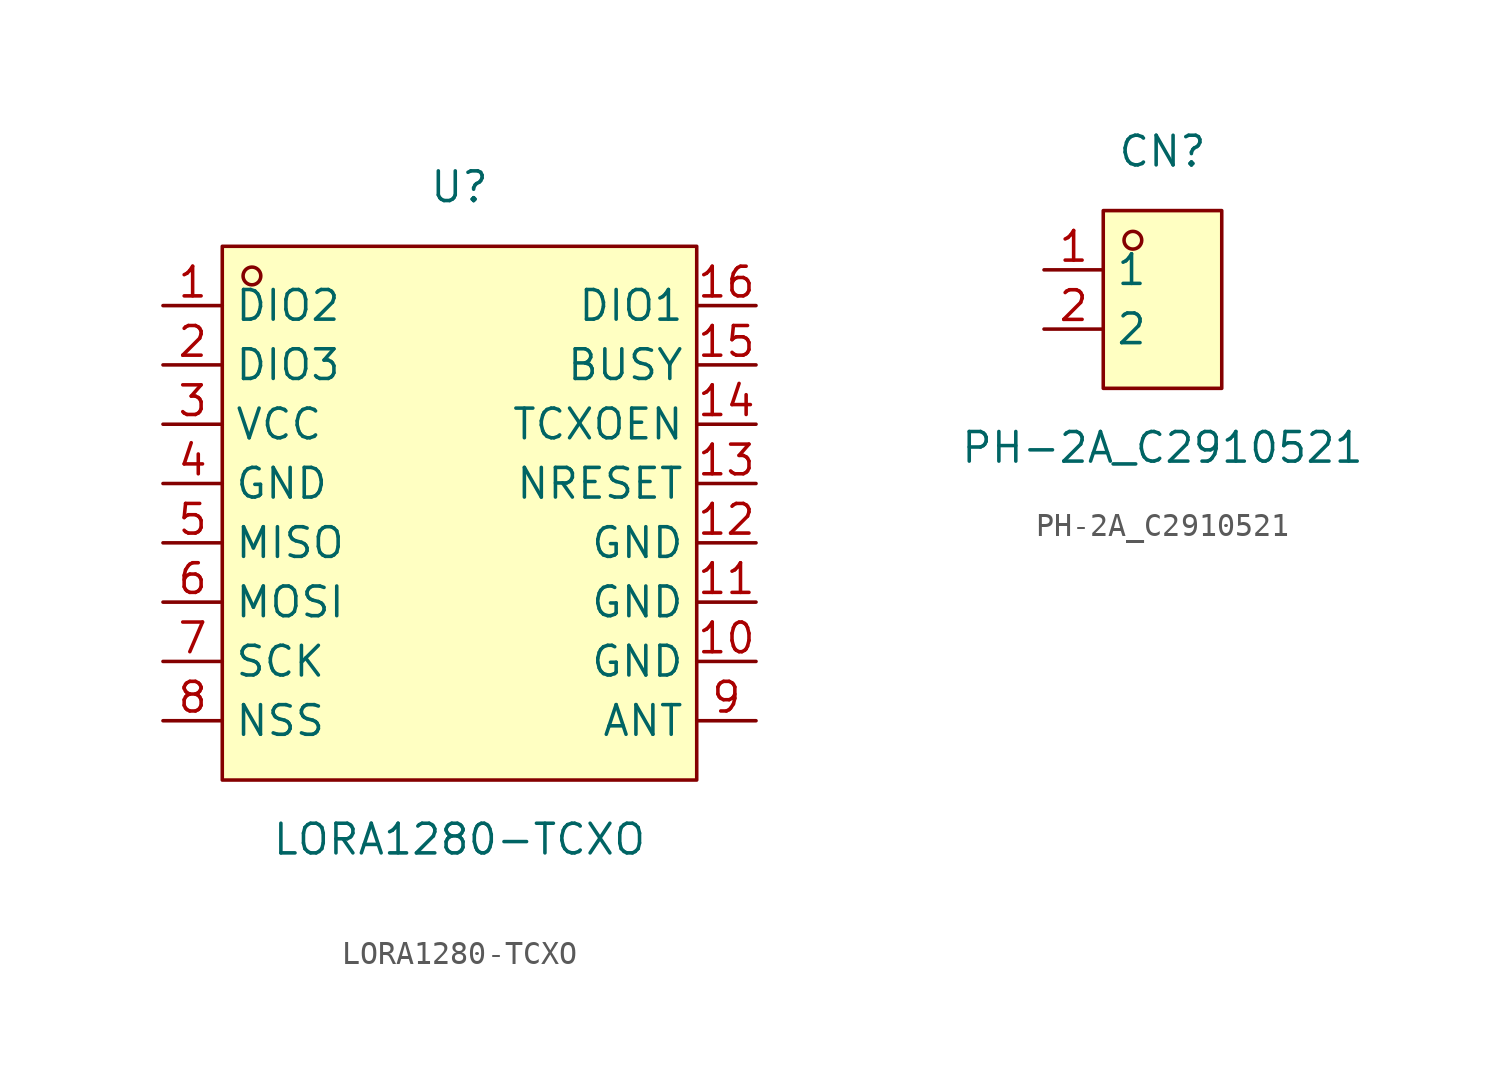
<source format=kicad_sym>
(kicad_symbol_lib
  (version 20211014)
  (generator https://github.com/uPesy/easyeda2kicad.py)
  (symbol "LORA1280-TCXO"
    (property "Reference" "U"
      (at 0 13.97 0)
      (effects (font (size 1.27 1.27))))
    (property "Value" "LORA1280-TCXO"
      (at 0 -13.97 0)
      (effects (font (size 1.27 1.27))))
    (symbol "LORA1280-TCXO_0_1"
      (rectangle (start -10.16 11.43) (end 10.16 -11.43) (stroke (width 0) (type default) (color 0 0 0 0)) (fill (type background)))
      (circle (center -8.89 10.16) (radius 0.38) (stroke (width 0) (type default) (color 0 0 0 0)) (fill (type none)))
      (pin unspecified line (at -12.70 8.89 0) (length 2.54) (name "DIO2" (effects (font (size 1.27 1.27)))) (number "1" (effects (font (size 1.27 1.27)))))
      (pin unspecified line (at -12.70 6.35 0) (length 2.54) (name "DIO3" (effects (font (size 1.27 1.27)))) (number "2" (effects (font (size 1.27 1.27)))))
      (pin unspecified line (at -12.70 3.81 0) (length 2.54) (name "VCC" (effects (font (size 1.27 1.27)))) (number "3" (effects (font (size 1.27 1.27)))))
      (pin unspecified line (at -12.70 1.27 0) (length 2.54) (name "GND" (effects (font (size 1.27 1.27)))) (number "4" (effects (font (size 1.27 1.27)))))
      (pin unspecified line (at -12.70 -1.27 0) (length 2.54) (name "MISO" (effects (font (size 1.27 1.27)))) (number "5" (effects (font (size 1.27 1.27)))))
      (pin unspecified line (at -12.70 -3.81 0) (length 2.54) (name "MOSI" (effects (font (size 1.27 1.27)))) (number "6" (effects (font (size 1.27 1.27)))))
      (pin unspecified line (at -12.70 -6.35 0) (length 2.54) (name "SCK" (effects (font (size 1.27 1.27)))) (number "7" (effects (font (size 1.27 1.27)))))
      (pin unspecified line (at -12.70 -8.89 0) (length 2.54) (name "NSS" (effects (font (size 1.27 1.27)))) (number "8" (effects (font (size 1.27 1.27)))))
      (pin unspecified line (at 12.70 -8.89 180) (length 2.54) (name "ANT" (effects (font (size 1.27 1.27)))) (number "9" (effects (font (size 1.27 1.27)))))
      (pin unspecified line (at 12.70 -6.35 180) (length 2.54) (name "GND" (effects (font (size 1.27 1.27)))) (number "10" (effects (font (size 1.27 1.27)))))
      (pin unspecified line (at 12.70 -3.81 180) (length 2.54) (name "GND" (effects (font (size 1.27 1.27)))) (number "11" (effects (font (size 1.27 1.27)))))
      (pin unspecified line (at 12.70 -1.27 180) (length 2.54) (name "GND" (effects (font (size 1.27 1.27)))) (number "12" (effects (font (size 1.27 1.27)))))
      (pin unspecified line (at 12.70 1.27 180) (length 2.54) (name "NRESET" (effects (font (size 1.27 1.27)))) (number "13" (effects (font (size 1.27 1.27)))))
      (pin unspecified line (at 12.70 3.81 180) (length 2.54) (name "TCXOEN" (effects (font (size 1.27 1.27)))) (number "14" (effects (font (size 1.27 1.27)))))
      (pin unspecified line (at 12.70 6.35 180) (length 2.54) (name "BUSY" (effects (font (size 1.27 1.27)))) (number "15" (effects (font (size 1.27 1.27)))))
      (pin unspecified line (at 12.70 8.89 180) (length 2.54) (name "DIO1" (effects (font (size 1.27 1.27)))) (number "16" (effects (font (size 1.27 1.27)))))))
  (symbol "PH-2A_C2910521"
    (property "Reference" "CN"
      (at 0 6.35 0)
      (effects (font (size 1.27 1.27))))
    (property "Value" "PH-2A_C2910521"
      (at 0 -6.35 0)
      (effects (font (size 1.27 1.27))))
    (symbol "PH-2A_C2910521_0_1"
      (rectangle (start -2.54 3.81) (end 2.54 -3.81) (stroke (width 0) (type default) (color 0 0 0 0)) (fill (type background)))
      (circle (center -1.27 2.54) (radius 0.38) (stroke (width 0) (type default) (color 0 0 0 0)) (fill (type none)))
      (pin unspecified line (at -5.08 1.27 0) (length 2.54) (name "1" (effects (font (size 1.27 1.27)))) (number "1" (effects (font (size 1.27 1.27)))))
      (pin unspecified line (at -5.08 -1.27 0) (length 2.54) (name "2" (effects (font (size 1.27 1.27)))) (number "2" (effects (font (size 1.27 1.27))))))))
</source>
